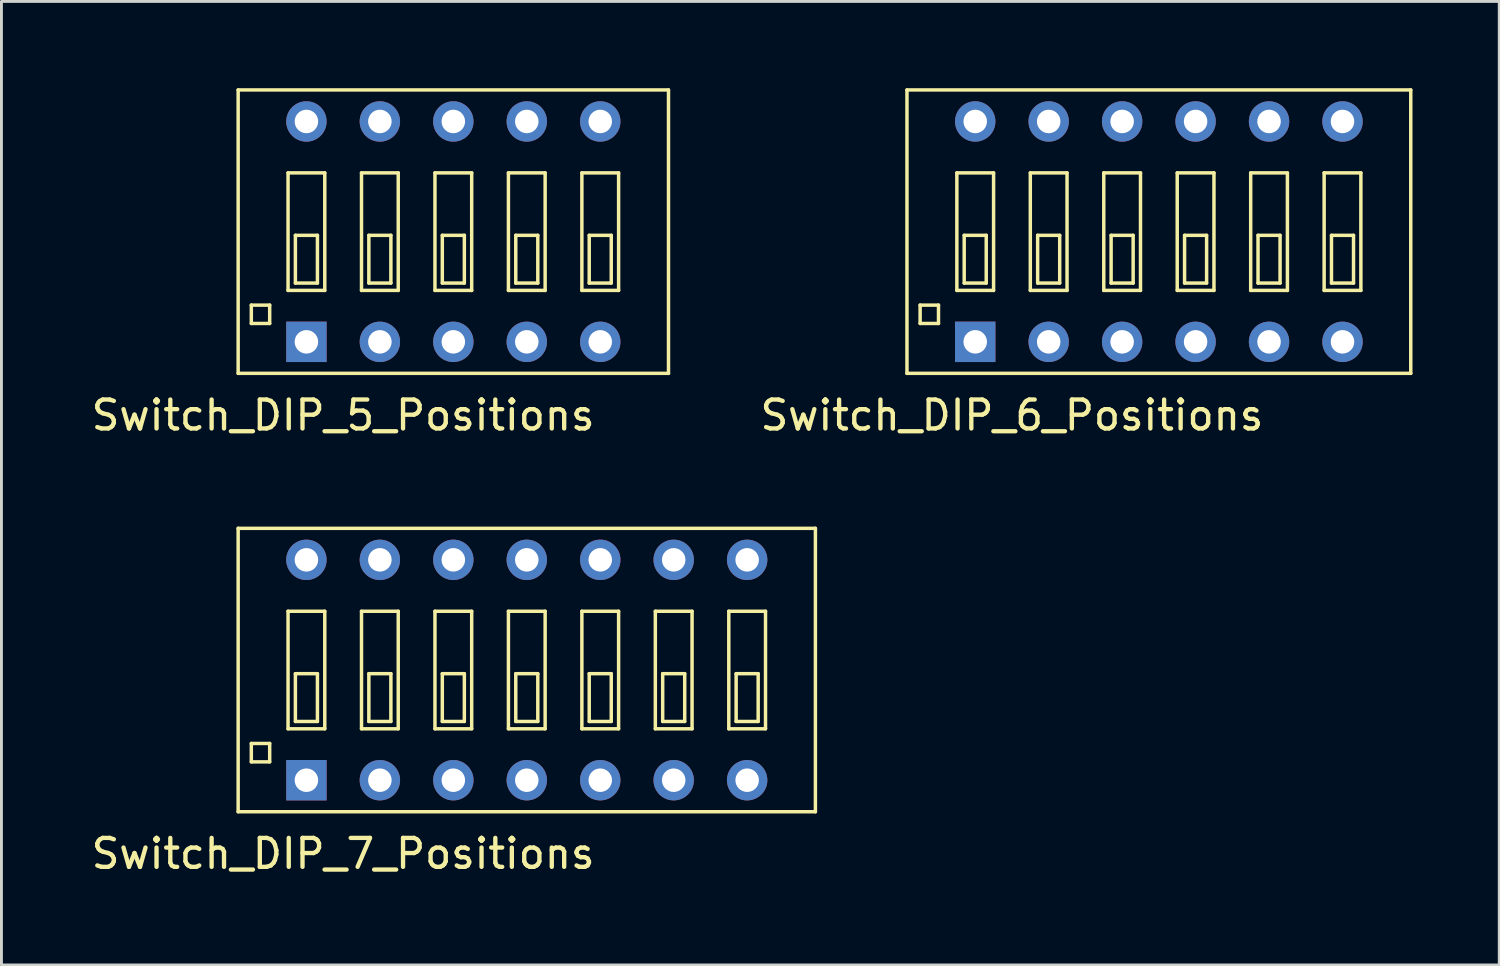
<source format=kicad_pcb>
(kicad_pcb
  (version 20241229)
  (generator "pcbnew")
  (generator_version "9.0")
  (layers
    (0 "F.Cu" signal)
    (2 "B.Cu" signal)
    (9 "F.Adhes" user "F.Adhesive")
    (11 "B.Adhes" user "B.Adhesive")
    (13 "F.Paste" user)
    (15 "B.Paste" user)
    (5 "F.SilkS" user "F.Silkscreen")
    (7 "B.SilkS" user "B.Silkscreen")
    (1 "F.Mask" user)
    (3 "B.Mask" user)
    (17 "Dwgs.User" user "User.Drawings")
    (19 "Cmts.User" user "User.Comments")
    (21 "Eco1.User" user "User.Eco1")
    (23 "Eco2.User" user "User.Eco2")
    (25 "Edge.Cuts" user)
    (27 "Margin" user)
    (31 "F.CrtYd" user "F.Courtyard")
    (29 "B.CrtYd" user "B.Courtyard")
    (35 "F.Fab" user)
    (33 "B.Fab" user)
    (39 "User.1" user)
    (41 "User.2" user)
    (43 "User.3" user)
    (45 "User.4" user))
  (footprint "Switch_DIP_5_Positions"
    (layer "F.Cu")
    (at 12.625 4.96)
    (property "Reference" "Switch_DIP_5_Positions" (at -3.81 6.35 0) (layer "F.SilkS") (effects (font (size 1 1) (thickness 0.15))))
    (attr through_hole)
    (fp_line (start -7.44 -4.9) (end 7.44 -4.9) (stroke (width 0.12) (type solid)) (layer "F.SilkS"))
    (fp_line (start -7.44 4.9) (end -7.44 -4.9) (stroke (width 0.12) (type solid)) (layer "F.SilkS"))
    (fp_line (start -6.985 2.54) (end -6.35 2.54) (stroke (width 0.12) (type solid)) (layer "F.SilkS"))
    (fp_line (start -6.985 3.175) (end -6.985 2.54) (stroke (width 0.12) (type solid)) (layer "F.SilkS"))
    (fp_line (start -6.35 2.54) (end -6.35 3.175) (stroke (width 0.12) (type solid)) (layer "F.SilkS"))
    (fp_line (start -6.35 3.175) (end -6.985 3.175) (stroke (width 0.12) (type solid)) (layer "F.SilkS"))
    (fp_line (start -5.715 -2.032) (end -4.445 -2.032) (stroke (width 0.12) (type solid)) (layer "F.SilkS"))
    (fp_line (start -5.715 2.032) (end -5.715 -2.032) (stroke (width 0.12) (type solid)) (layer "F.SilkS"))
    (fp_line (start -5.461 0.127) (end -5.461 1.778) (stroke (width 0.12) (type solid)) (layer "F.SilkS"))
    (fp_line (start -5.461 1.778) (end -4.699 1.778) (stroke (width 0.12) (type solid)) (layer "F.SilkS"))
    (fp_line (start -4.699 0.127) (end -5.461 0.127) (stroke (width 0.12) (type solid)) (layer "F.SilkS"))
    (fp_line (start -4.699 1.778) (end -4.699 0.127) (stroke (width 0.12) (type solid)) (layer "F.SilkS"))
    (fp_line (start -4.445 -2.032) (end -4.445 2.032) (stroke (width 0.12) (type solid)) (layer "F.SilkS"))
    (fp_line (start -4.445 2.032) (end -5.715 2.032) (stroke (width 0.12) (type solid)) (layer "F.SilkS"))
    (fp_line (start -3.175 -2.032) (end -1.905 -2.032) (stroke (width 0.12) (type solid)) (layer "F.SilkS"))
    (fp_line (start -3.175 2.032) (end -3.175 -2.032) (stroke (width 0.12) (type solid)) (layer "F.SilkS"))
    (fp_line (start -2.921 0.127) (end -2.921 1.778) (stroke (width 0.12) (type solid)) (layer "F.SilkS"))
    (fp_line (start -2.921 1.778) (end -2.159 1.778) (stroke (width 0.12) (type solid)) (layer "F.SilkS"))
    (fp_line (start -2.159 0.127) (end -2.921 0.127) (stroke (width 0.12) (type solid)) (layer "F.SilkS"))
    (fp_line (start -2.159 1.778) (end -2.159 0.127) (stroke (width 0.12) (type solid)) (layer "F.SilkS"))
    (fp_line (start -1.905 -2.032) (end -1.905 2.032) (stroke (width 0.12) (type solid)) (layer "F.SilkS"))
    (fp_line (start -1.905 2.032) (end -3.175 2.032) (stroke (width 0.12) (type solid)) (layer "F.SilkS"))
    (fp_line (start -0.635 -2.032) (end 0.635 -2.032) (stroke (width 0.12) (type solid)) (layer "F.SilkS"))
    (fp_line (start -0.635 2.032) (end -0.635 -2.032) (stroke (width 0.12) (type solid)) (layer "F.SilkS"))
    (fp_line (start -0.381 0.127) (end -0.381 1.778) (stroke (width 0.12) (type solid)) (layer "F.SilkS"))
    (fp_line (start -0.381 1.778) (end 0.381 1.778) (stroke (width 0.12) (type solid)) (layer "F.SilkS"))
    (fp_line (start 0.381 0.127) (end -0.381 0.127) (stroke (width 0.12) (type solid)) (layer "F.SilkS"))
    (fp_line (start 0.381 1.778) (end 0.381 0.127) (stroke (width 0.12) (type solid)) (layer "F.SilkS"))
    (fp_line (start 0.635 -2.032) (end 0.635 2.032) (stroke (width 0.12) (type solid)) (layer "F.SilkS"))
    (fp_line (start 0.635 2.032) (end -0.635 2.032) (stroke (width 0.12) (type solid)) (layer "F.SilkS"))
    (fp_line (start 1.905 -2.032) (end 3.175 -2.032) (stroke (width 0.12) (type solid)) (layer "F.SilkS"))
    (fp_line (start 1.905 2.032) (end 1.905 -2.032) (stroke (width 0.12) (type solid)) (layer "F.SilkS"))
    (fp_line (start 2.159 0.127) (end 2.159 1.778) (stroke (width 0.12) (type solid)) (layer "F.SilkS"))
    (fp_line (start 2.159 1.778) (end 2.921 1.778) (stroke (width 0.12) (type solid)) (layer "F.SilkS"))
    (fp_line (start 2.921 0.127) (end 2.159 0.127) (stroke (width 0.12) (type solid)) (layer "F.SilkS"))
    (fp_line (start 2.921 1.778) (end 2.921 0.127) (stroke (width 0.12) (type solid)) (layer "F.SilkS"))
    (fp_line (start 3.175 -2.032) (end 3.175 2.032) (stroke (width 0.12) (type solid)) (layer "F.SilkS"))
    (fp_line (start 3.175 2.032) (end 1.905 2.032) (stroke (width 0.12) (type solid)) (layer "F.SilkS"))
    (fp_line (start 4.445 -2.032) (end 5.715 -2.032) (stroke (width 0.12) (type solid)) (layer "F.SilkS"))
    (fp_line (start 4.445 2.032) (end 4.445 -2.032) (stroke (width 0.12) (type solid)) (layer "F.SilkS"))
    (fp_line (start 4.699 0.127) (end 4.699 1.778) (stroke (width 0.12) (type solid)) (layer "F.SilkS"))
    (fp_line (start 4.699 1.778) (end 5.461 1.778) (stroke (width 0.12) (type solid)) (layer "F.SilkS"))
    (fp_line (start 5.461 0.127) (end 4.699 0.127) (stroke (width 0.12) (type solid)) (layer "F.SilkS"))
    (fp_line (start 5.461 1.778) (end 5.461 0.127) (stroke (width 0.12) (type solid)) (layer "F.SilkS"))
    (fp_line (start 5.715 -2.032) (end 5.715 2.032) (stroke (width 0.12) (type solid)) (layer "F.SilkS"))
    (fp_line (start 5.715 2.032) (end 4.445 2.032) (stroke (width 0.12) (type solid)) (layer "F.SilkS"))
    (fp_line (start 7.44 -4.9) (end 7.44 4.9) (stroke (width 0.12) (type solid)) (layer "F.SilkS"))
    (fp_line (start 7.44 4.9) (end -7.44 4.9) (stroke (width 0.12) (type solid)) (layer "F.SilkS"))
    (pad "1" thru_hole rect (at -5.08 3.81) (size 1.397 1.397) (drill 0.813) (layers "*.Cu" "*.Mask"))
    (pad "2" thru_hole circle (at -2.54 3.81) (size 1.397 1.397) (drill 0.813) (layers "*.Cu" "*.Mask"))
    (pad "3" thru_hole circle (at 0 3.81) (size 1.397 1.397) (drill 0.813) (layers "*.Cu" "*.Mask"))
    (pad "4" thru_hole circle (at 2.54 3.81) (size 1.397 1.397) (drill 0.813) (layers "*.Cu" "*.Mask"))
    (pad "5" thru_hole circle (at 5.08 3.81) (size 1.397 1.397) (drill 0.813) (layers "*.Cu" "*.Mask"))
    (pad "6" thru_hole circle (at 5.08 -3.81) (size 1.397 1.397) (drill 0.813) (layers "*.Cu" "*.Mask"))
    (pad "7" thru_hole circle (at 2.54 -3.81) (size 1.397 1.397) (drill 0.813) (layers "*.Cu" "*.Mask"))
    (pad "8" thru_hole circle (at 0 -3.81) (size 1.397 1.397) (drill 0.813) (layers "*.Cu" "*.Mask"))
    (pad "9" thru_hole circle (at -2.54 -3.81) (size 1.397 1.397) (drill 0.813) (layers "*.Cu" "*.Mask"))
    (pad "10" thru_hole circle (at -5.08 -3.81) (size 1.397 1.397) (drill 0.813) (layers "*.Cu" "*.Mask")))
  (footprint "Switch_DIP_7_Positions"
    (layer "F.Cu")
    (at 15.165 20.118)
    (property "Reference" "Switch_DIP_7_Positions" (at -6.35 6.35 0) (layer "F.SilkS") (effects (font (size 1 1) (thickness 0.15))))
    (attr through_hole)
    (fp_line (start -9.98 -4.9) (end 9.98 -4.9) (stroke (width 0.12) (type solid)) (layer "F.SilkS"))
    (fp_line (start -9.98 4.9) (end -9.98 -4.9) (stroke (width 0.12) (type solid)) (layer "F.SilkS"))
    (fp_line (start -9.525 2.54) (end -8.89 2.54) (stroke (width 0.12) (type solid)) (layer "F.SilkS"))
    (fp_line (start -9.525 3.175) (end -9.525 2.54) (stroke (width 0.12) (type solid)) (layer "F.SilkS"))
    (fp_line (start -8.89 2.54) (end -8.89 3.175) (stroke (width 0.12) (type solid)) (layer "F.SilkS"))
    (fp_line (start -8.89 3.175) (end -9.525 3.175) (stroke (width 0.12) (type solid)) (layer "F.SilkS"))
    (fp_line (start -8.255 -2.032) (end -6.985 -2.032) (stroke (width 0.12) (type solid)) (layer "F.SilkS"))
    (fp_line (start -8.255 2.032) (end -8.255 -2.032) (stroke (width 0.12) (type solid)) (layer "F.SilkS"))
    (fp_line (start -8.001 0.127) (end -8.001 1.778) (stroke (width 0.12) (type solid)) (layer "F.SilkS"))
    (fp_line (start -8.001 1.778) (end -7.239 1.778) (stroke (width 0.12) (type solid)) (layer "F.SilkS"))
    (fp_line (start -7.239 0.127) (end -8.001 0.127) (stroke (width 0.12) (type solid)) (layer "F.SilkS"))
    (fp_line (start -7.239 1.778) (end -7.239 0.127) (stroke (width 0.12) (type solid)) (layer "F.SilkS"))
    (fp_line (start -6.985 -2.032) (end -6.985 2.032) (stroke (width 0.12) (type solid)) (layer "F.SilkS"))
    (fp_line (start -6.985 2.032) (end -8.255 2.032) (stroke (width 0.12) (type solid)) (layer "F.SilkS"))
    (fp_line (start -5.715 -2.032) (end -4.445 -2.032) (stroke (width 0.12) (type solid)) (layer "F.SilkS"))
    (fp_line (start -5.715 2.032) (end -5.715 -2.032) (stroke (width 0.12) (type solid)) (layer "F.SilkS"))
    (fp_line (start -5.461 0.127) (end -5.461 1.778) (stroke (width 0.12) (type solid)) (layer "F.SilkS"))
    (fp_line (start -5.461 1.778) (end -4.699 1.778) (stroke (width 0.12) (type solid)) (layer "F.SilkS"))
    (fp_line (start -4.699 0.127) (end -5.461 0.127) (stroke (width 0.12) (type solid)) (layer "F.SilkS"))
    (fp_line (start -4.699 1.778) (end -4.699 0.127) (stroke (width 0.12) (type solid)) (layer "F.SilkS"))
    (fp_line (start -4.445 -2.032) (end -4.445 2.032) (stroke (width 0.12) (type solid)) (layer "F.SilkS"))
    (fp_line (start -4.445 2.032) (end -5.715 2.032) (stroke (width 0.12) (type solid)) (layer "F.SilkS"))
    (fp_line (start -3.175 -2.032) (end -1.905 -2.032) (stroke (width 0.12) (type solid)) (layer "F.SilkS"))
    (fp_line (start -3.175 2.032) (end -3.175 -2.032) (stroke (width 0.12) (type solid)) (layer "F.SilkS"))
    (fp_line (start -2.921 0.127) (end -2.921 1.778) (stroke (width 0.12) (type solid)) (layer "F.SilkS"))
    (fp_line (start -2.921 1.778) (end -2.159 1.778) (stroke (width 0.12) (type solid)) (layer "F.SilkS"))
    (fp_line (start -2.159 0.127) (end -2.921 0.127) (stroke (width 0.12) (type solid)) (layer "F.SilkS"))
    (fp_line (start -2.159 1.778) (end -2.159 0.127) (stroke (width 0.12) (type solid)) (layer "F.SilkS"))
    (fp_line (start -1.905 -2.032) (end -1.905 2.032) (stroke (width 0.12) (type solid)) (layer "F.SilkS"))
    (fp_line (start -1.905 2.032) (end -3.175 2.032) (stroke (width 0.12) (type solid)) (layer "F.SilkS"))
    (fp_line (start -0.635 -2.032) (end 0.635 -2.032) (stroke (width 0.12) (type solid)) (layer "F.SilkS"))
    (fp_line (start -0.635 2.032) (end -0.635 -2.032) (stroke (width 0.12) (type solid)) (layer "F.SilkS"))
    (fp_line (start -0.381 0.127) (end -0.381 1.778) (stroke (width 0.12) (type solid)) (layer "F.SilkS"))
    (fp_line (start -0.381 1.778) (end 0.381 1.778) (stroke (width 0.12) (type solid)) (layer "F.SilkS"))
    (fp_line (start 0.381 0.127) (end -0.381 0.127) (stroke (width 0.12) (type solid)) (layer "F.SilkS"))
    (fp_line (start 0.381 1.778) (end 0.381 0.127) (stroke (width 0.12) (type solid)) (layer "F.SilkS"))
    (fp_line (start 0.635 -2.032) (end 0.635 2.032) (stroke (width 0.12) (type solid)) (layer "F.SilkS"))
    (fp_line (start 0.635 2.032) (end -0.635 2.032) (stroke (width 0.12) (type solid)) (layer "F.SilkS"))
    (fp_line (start 1.905 -2.032) (end 3.175 -2.032) (stroke (width 0.12) (type solid)) (layer "F.SilkS"))
    (fp_line (start 1.905 2.032) (end 1.905 -2.032) (stroke (width 0.12) (type solid)) (layer "F.SilkS"))
    (fp_line (start 2.159 0.127) (end 2.159 1.778) (stroke (width 0.12) (type solid)) (layer "F.SilkS"))
    (fp_line (start 2.159 1.778) (end 2.921 1.778) (stroke (width 0.12) (type solid)) (layer "F.SilkS"))
    (fp_line (start 2.921 0.127) (end 2.159 0.127) (stroke (width 0.12) (type solid)) (layer "F.SilkS"))
    (fp_line (start 2.921 1.778) (end 2.921 0.127) (stroke (width 0.12) (type solid)) (layer "F.SilkS"))
    (fp_line (start 3.175 -2.032) (end 3.175 2.032) (stroke (width 0.12) (type solid)) (layer "F.SilkS"))
    (fp_line (start 3.175 2.032) (end 1.905 2.032) (stroke (width 0.12) (type solid)) (layer "F.SilkS"))
    (fp_line (start 4.445 -2.032) (end 5.715 -2.032) (stroke (width 0.12) (type solid)) (layer "F.SilkS"))
    (fp_line (start 4.445 2.032) (end 4.445 -2.032) (stroke (width 0.12) (type solid)) (layer "F.SilkS"))
    (fp_line (start 4.699 0.127) (end 4.699 1.778) (stroke (width 0.12) (type solid)) (layer "F.SilkS"))
    (fp_line (start 4.699 1.778) (end 5.461 1.778) (stroke (width 0.12) (type solid)) (layer "F.SilkS"))
    (fp_line (start 5.461 0.127) (end 4.699 0.127) (stroke (width 0.12) (type solid)) (layer "F.SilkS"))
    (fp_line (start 5.461 1.778) (end 5.461 0.127) (stroke (width 0.12) (type solid)) (layer "F.SilkS"))
    (fp_line (start 5.715 -2.032) (end 5.715 2.032) (stroke (width 0.12) (type solid)) (layer "F.SilkS"))
    (fp_line (start 5.715 2.032) (end 4.445 2.032) (stroke (width 0.12) (type solid)) (layer "F.SilkS"))
    (fp_line (start 6.985 -2.032) (end 8.255 -2.032) (stroke (width 0.12) (type solid)) (layer "F.SilkS"))
    (fp_line (start 6.985 2.032) (end 6.985 -2.032) (stroke (width 0.12) (type solid)) (layer "F.SilkS"))
    (fp_line (start 7.239 0.127) (end 7.239 1.778) (stroke (width 0.12) (type solid)) (layer "F.SilkS"))
    (fp_line (start 7.239 1.778) (end 8.001 1.778) (stroke (width 0.12) (type solid)) (layer "F.SilkS"))
    (fp_line (start 8.001 0.127) (end 7.239 0.127) (stroke (width 0.12) (type solid)) (layer "F.SilkS"))
    (fp_line (start 8.001 1.778) (end 8.001 0.127) (stroke (width 0.12) (type solid)) (layer "F.SilkS"))
    (fp_line (start 8.255 -2.032) (end 8.255 2.032) (stroke (width 0.12) (type solid)) (layer "F.SilkS"))
    (fp_line (start 8.255 2.032) (end 6.985 2.032) (stroke (width 0.12) (type solid)) (layer "F.SilkS"))
    (fp_line (start 9.98 -4.9) (end 9.98 4.9) (stroke (width 0.12) (type solid)) (layer "F.SilkS"))
    (fp_line (start 9.98 4.9) (end -9.98 4.9) (stroke (width 0.12) (type solid)) (layer "F.SilkS"))
    (pad "1" thru_hole rect (at -7.62 3.81) (size 1.397 1.397) (drill 0.813) (layers "*.Cu" "*.Mask"))
    (pad "2" thru_hole circle (at -5.08 3.81) (size 1.397 1.397) (drill 0.813) (layers "*.Cu" "*.Mask"))
    (pad "3" thru_hole circle (at -2.54 3.81) (size 1.397 1.397) (drill 0.813) (layers "*.Cu" "*.Mask"))
    (pad "4" thru_hole circle (at 0 3.81) (size 1.397 1.397) (drill 0.813) (layers "*.Cu" "*.Mask"))
    (pad "5" thru_hole circle (at 2.54 3.81) (size 1.397 1.397) (drill 0.813) (layers "*.Cu" "*.Mask"))
    (pad "6" thru_hole circle (at 5.08 3.81) (size 1.397 1.397) (drill 0.813) (layers "*.Cu" "*.Mask"))
    (pad "7" thru_hole circle (at 7.62 3.81) (size 1.397 1.397) (drill 0.813) (layers "*.Cu" "*.Mask"))
    (pad "8" thru_hole circle (at 7.62 -3.81) (size 1.397 1.397) (drill 0.813) (layers "*.Cu" "*.Mask"))
    (pad "9" thru_hole circle (at 5.08 -3.81) (size 1.397 1.397) (drill 0.813) (layers "*.Cu" "*.Mask"))
    (pad "10" thru_hole circle (at 2.54 -3.81) (size 1.397 1.397) (drill 0.813) (layers "*.Cu" "*.Mask"))
    (pad "11" thru_hole circle (at 0 -3.81) (size 1.397 1.397) (drill 0.813) (layers "*.Cu" "*.Mask"))
    (pad "12" thru_hole circle (at -2.54 -3.81) (size 1.397 1.397) (drill 0.813) (layers "*.Cu" "*.Mask"))
    (pad "13" thru_hole circle (at -5.08 -3.81) (size 1.397 1.397) (drill 0.813) (layers "*.Cu" "*.Mask"))
    (pad "14" thru_hole circle (at -7.62 -3.81) (size 1.397 1.397) (drill 0.813) (layers "*.Cu" "*.Mask")))
  (footprint "Switch_DIP_6_Positions"
    (layer "F.Cu")
    (at 37.021 4.96)
    (property "Reference" "Switch_DIP_6_Positions" (at -5.08 6.35 0) (layer "F.SilkS") (effects (font (size 1 1) (thickness 0.15))))
    (attr through_hole)
    (fp_line (start -8.71 -4.9) (end 8.71 -4.9) (stroke (width 0.12) (type solid)) (layer "F.SilkS"))
    (fp_line (start -8.71 4.9) (end -8.71 -4.9) (stroke (width 0.12) (type solid)) (layer "F.SilkS"))
    (fp_line (start -8.255 2.54) (end -7.62 2.54) (stroke (width 0.12) (type solid)) (layer "F.SilkS"))
    (fp_line (start -8.255 3.175) (end -8.255 2.54) (stroke (width 0.12) (type solid)) (layer "F.SilkS"))
    (fp_line (start -7.62 2.54) (end -7.62 3.175) (stroke (width 0.12) (type solid)) (layer "F.SilkS"))
    (fp_line (start -7.62 3.175) (end -8.255 3.175) (stroke (width 0.12) (type solid)) (layer "F.SilkS"))
    (fp_line (start -6.985 -2.032) (end -5.715 -2.032) (stroke (width 0.12) (type solid)) (layer "F.SilkS"))
    (fp_line (start -6.985 2.032) (end -6.985 -2.032) (stroke (width 0.12) (type solid)) (layer "F.SilkS"))
    (fp_line (start -6.731 0.127) (end -6.731 1.778) (stroke (width 0.12) (type solid)) (layer "F.SilkS"))
    (fp_line (start -6.731 1.778) (end -5.969 1.778) (stroke (width 0.12) (type solid)) (layer "F.SilkS"))
    (fp_line (start -5.969 0.127) (end -6.731 0.127) (stroke (width 0.12) (type solid)) (layer "F.SilkS"))
    (fp_line (start -5.969 1.778) (end -5.969 0.127) (stroke (width 0.12) (type solid)) (layer "F.SilkS"))
    (fp_line (start -5.715 -2.032) (end -5.715 2.032) (stroke (width 0.12) (type solid)) (layer "F.SilkS"))
    (fp_line (start -5.715 2.032) (end -6.985 2.032) (stroke (width 0.12) (type solid)) (layer "F.SilkS"))
    (fp_line (start -4.445 -2.032) (end -3.175 -2.032) (stroke (width 0.12) (type solid)) (layer "F.SilkS"))
    (fp_line (start -4.445 2.032) (end -4.445 -2.032) (stroke (width 0.12) (type solid)) (layer "F.SilkS"))
    (fp_line (start -4.191 0.127) (end -4.191 1.778) (stroke (width 0.12) (type solid)) (layer "F.SilkS"))
    (fp_line (start -4.191 1.778) (end -3.429 1.778) (stroke (width 0.12) (type solid)) (layer "F.SilkS"))
    (fp_line (start -3.429 0.127) (end -4.191 0.127) (stroke (width 0.12) (type solid)) (layer "F.SilkS"))
    (fp_line (start -3.429 1.778) (end -3.429 0.127) (stroke (width 0.12) (type solid)) (layer "F.SilkS"))
    (fp_line (start -3.175 -2.032) (end -3.175 2.032) (stroke (width 0.12) (type solid)) (layer "F.SilkS"))
    (fp_line (start -3.175 2.032) (end -4.445 2.032) (stroke (width 0.12) (type solid)) (layer "F.SilkS"))
    (fp_line (start -1.905 -2.032) (end -0.635 -2.032) (stroke (width 0.12) (type solid)) (layer "F.SilkS"))
    (fp_line (start -1.905 2.032) (end -1.905 -2.032) (stroke (width 0.12) (type solid)) (layer "F.SilkS"))
    (fp_line (start -1.651 0.127) (end -1.651 1.778) (stroke (width 0.12) (type solid)) (layer "F.SilkS"))
    (fp_line (start -1.651 1.778) (end -0.889 1.778) (stroke (width 0.12) (type solid)) (layer "F.SilkS"))
    (fp_line (start -0.889 0.127) (end -1.651 0.127) (stroke (width 0.12) (type solid)) (layer "F.SilkS"))
    (fp_line (start -0.889 1.778) (end -0.889 0.127) (stroke (width 0.12) (type solid)) (layer "F.SilkS"))
    (fp_line (start -0.635 -2.032) (end -0.635 2.032) (stroke (width 0.12) (type solid)) (layer "F.SilkS"))
    (fp_line (start -0.635 2.032) (end -1.905 2.032) (stroke (width 0.12) (type solid)) (layer "F.SilkS"))
    (fp_line (start 0.635 -2.032) (end 1.905 -2.032) (stroke (width 0.12) (type solid)) (layer "F.SilkS"))
    (fp_line (start 0.635 2.032) (end 0.635 -2.032) (stroke (width 0.12) (type solid)) (layer "F.SilkS"))
    (fp_line (start 0.889 0.127) (end 0.889 1.778) (stroke (width 0.12) (type solid)) (layer "F.SilkS"))
    (fp_line (start 0.889 1.778) (end 1.651 1.778) (stroke (width 0.12) (type solid)) (layer "F.SilkS"))
    (fp_line (start 1.651 0.127) (end 0.889 0.127) (stroke (width 0.12) (type solid)) (layer "F.SilkS"))
    (fp_line (start 1.651 1.778) (end 1.651 0.127) (stroke (width 0.12) (type solid)) (layer "F.SilkS"))
    (fp_line (start 1.905 -2.032) (end 1.905 2.032) (stroke (width 0.12) (type solid)) (layer "F.SilkS"))
    (fp_line (start 1.905 2.032) (end 0.635 2.032) (stroke (width 0.12) (type solid)) (layer "F.SilkS"))
    (fp_line (start 3.175 -2.032) (end 4.445 -2.032) (stroke (width 0.12) (type solid)) (layer "F.SilkS"))
    (fp_line (start 3.175 2.032) (end 3.175 -2.032) (stroke (width 0.12) (type solid)) (layer "F.SilkS"))
    (fp_line (start 3.429 0.127) (end 3.429 1.778) (stroke (width 0.12) (type solid)) (layer "F.SilkS"))
    (fp_line (start 3.429 1.778) (end 4.191 1.778) (stroke (width 0.12) (type solid)) (layer "F.SilkS"))
    (fp_line (start 4.191 0.127) (end 3.429 0.127) (stroke (width 0.12) (type solid)) (layer "F.SilkS"))
    (fp_line (start 4.191 1.778) (end 4.191 0.127) (stroke (width 0.12) (type solid)) (layer "F.SilkS"))
    (fp_line (start 4.445 -2.032) (end 4.445 2.032) (stroke (width 0.12) (type solid)) (layer "F.SilkS"))
    (fp_line (start 4.445 2.032) (end 3.175 2.032) (stroke (width 0.12) (type solid)) (layer "F.SilkS"))
    (fp_line (start 5.715 -2.032) (end 6.985 -2.032) (stroke (width 0.12) (type solid)) (layer "F.SilkS"))
    (fp_line (start 5.715 2.032) (end 5.715 -2.032) (stroke (width 0.12) (type solid)) (layer "F.SilkS"))
    (fp_line (start 5.969 0.127) (end 5.969 1.778) (stroke (width 0.12) (type solid)) (layer "F.SilkS"))
    (fp_line (start 5.969 1.778) (end 6.731 1.778) (stroke (width 0.12) (type solid)) (layer "F.SilkS"))
    (fp_line (start 6.731 0.127) (end 5.969 0.127) (stroke (width 0.12) (type solid)) (layer "F.SilkS"))
    (fp_line (start 6.731 1.778) (end 6.731 0.127) (stroke (width 0.12) (type solid)) (layer "F.SilkS"))
    (fp_line (start 6.985 -2.032) (end 6.985 2.032) (stroke (width 0.12) (type solid)) (layer "F.SilkS"))
    (fp_line (start 6.985 2.032) (end 5.715 2.032) (stroke (width 0.12) (type solid)) (layer "F.SilkS"))
    (fp_line (start 8.71 -4.9) (end 8.71 4.9) (stroke (width 0.12) (type solid)) (layer "F.SilkS"))
    (fp_line (start 8.71 4.9) (end -8.71 4.9) (stroke (width 0.12) (type solid)) (layer "F.SilkS"))
    (pad "1" thru_hole rect (at -6.35 3.81) (size 1.397 1.397) (drill 0.813) (layers "*.Cu" "*.Mask"))
    (pad "2" thru_hole circle (at -3.81 3.81) (size 1.397 1.397) (drill 0.813) (layers "*.Cu" "*.Mask"))
    (pad "3" thru_hole circle (at -1.27 3.81) (size 1.397 1.397) (drill 0.813) (layers "*.Cu" "*.Mask"))
    (pad "4" thru_hole circle (at 1.27 3.81) (size 1.397 1.397) (drill 0.813) (layers "*.Cu" "*.Mask"))
    (pad "5" thru_hole circle (at 3.81 3.81) (size 1.397 1.397) (drill 0.813) (layers "*.Cu" "*.Mask"))
    (pad "6" thru_hole circle (at 6.35 3.81) (size 1.397 1.397) (drill 0.813) (layers "*.Cu" "*.Mask"))
    (pad "7" thru_hole circle (at 6.35 -3.81) (size 1.397 1.397) (drill 0.813) (layers "*.Cu" "*.Mask"))
    (pad "8" thru_hole circle (at 3.81 -3.81) (size 1.397 1.397) (drill 0.813) (layers "*.Cu" "*.Mask"))
    (pad "9" thru_hole circle (at 1.27 -3.81) (size 1.397 1.397) (drill 0.813) (layers "*.Cu" "*.Mask"))
    (pad "10" thru_hole circle (at -1.27 -3.81) (size 1.397 1.397) (drill 0.813) (layers "*.Cu" "*.Mask"))
    (pad "11" thru_hole circle (at -3.81 -3.81) (size 1.397 1.397) (drill 0.813) (layers "*.Cu" "*.Mask"))
    (pad "12" thru_hole circle (at -6.35 -3.81) (size 1.397 1.397) (drill 0.813) (layers "*.Cu" "*.Mask")))
  (gr_rect
    (start -3 -3)
    (end 48.791 30.317)
    (stroke (width 0.1) (type default))
    (fill no)
    (layer "Edge.Cuts")))
</source>
